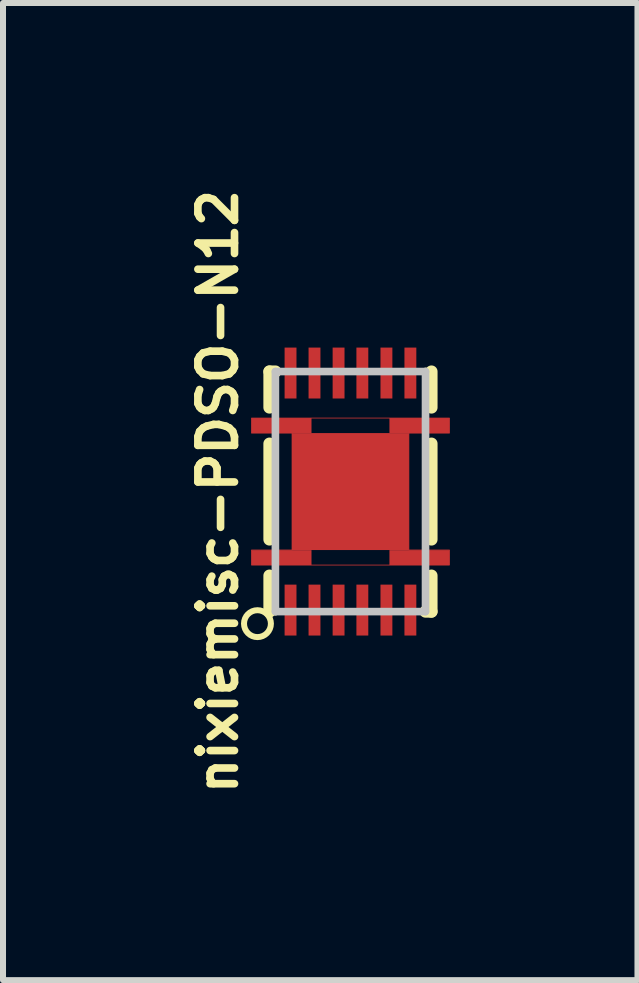
<source format=kicad_pcb>
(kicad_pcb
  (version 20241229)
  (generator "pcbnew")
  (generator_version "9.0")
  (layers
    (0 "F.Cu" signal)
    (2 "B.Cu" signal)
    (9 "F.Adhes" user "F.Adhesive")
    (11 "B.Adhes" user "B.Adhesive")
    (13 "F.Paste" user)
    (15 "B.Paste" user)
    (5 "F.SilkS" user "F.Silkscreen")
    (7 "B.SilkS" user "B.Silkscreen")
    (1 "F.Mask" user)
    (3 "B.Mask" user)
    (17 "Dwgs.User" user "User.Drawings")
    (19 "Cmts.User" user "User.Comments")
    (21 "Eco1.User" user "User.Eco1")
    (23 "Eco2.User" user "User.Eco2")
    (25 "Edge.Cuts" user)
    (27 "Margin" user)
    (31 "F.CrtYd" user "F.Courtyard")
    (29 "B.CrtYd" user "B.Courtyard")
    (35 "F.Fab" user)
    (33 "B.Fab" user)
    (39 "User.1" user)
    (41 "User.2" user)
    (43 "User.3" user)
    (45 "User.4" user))
  (footprint "nixiemisc-PDSO-N12"
    (layer "F.Cu")
    (at 2.787 5.137)
    (property "Reference" "nixiemisc-PDSO-N12" (at -2.207 0 90) (unlocked yes) (layer "F.SilkS") (effects (font (size 0.61 0.61) (thickness 0.127))))
    (attr smd)
    (fp_poly (pts (xy 1.648 -1.224) (xy -1.648 -1.224) (xy -1.648 -0.973) (xy -0.973 -0.973) (xy -0.973 0.973) (xy -1.648 0.973) (xy -1.648 1.224) (xy 1.648 1.224) (xy 1.648 0.973) (xy 0.973 0.973) (xy 0.973 -0.973) (xy 1.648 -0.973) (xy 1.648 -1.224)) (stroke (width 0.013) (type solid)) (fill no) (layer "F.Cu"))
    (fp_line (start -1.748 -1.323) (end 1.748 -1.323) (stroke (width 0.066) (type solid)) (layer "F.Mask"))
    (fp_line (start -1.748 -0.874) (end -1.748 -1.323) (stroke (width 0.066) (type solid)) (layer "F.Mask"))
    (fp_line (start -1.748 -0.874) (end 1.748 -0.874) (stroke (width 0.066) (type solid)) (layer "F.Mask"))
    (fp_line (start -1.748 0.874) (end -1.748 1.323) (stroke (width 0.066) (type solid)) (layer "F.Mask"))
    (fp_line (start 1.748 -0.874) (end 1.748 -1.323) (stroke (width 0.066) (type solid)) (layer "F.Mask"))
    (fp_line (start 1.748 0.874) (end -1.748 0.874) (stroke (width 0.066) (type solid)) (layer "F.Mask"))
    (fp_line (start 1.748 0.874) (end 1.748 1.323) (stroke (width 0.066) (type solid)) (layer "F.Mask"))
    (fp_line (start 1.748 1.323) (end -1.748 1.323) (stroke (width 0.066) (type solid)) (layer "F.Mask"))
    (fp_line (start -1.349 -1.999) (end -1.349 -1.4) (stroke (width 0.203) (type solid)) (layer "F.SilkS"))
    (fp_line (start -1.349 -1.999) (end -1.25 -1.999) (stroke (width 0.203) (type solid)) (layer "F.SilkS"))
    (fp_line (start -1.349 -0.798) (end -1.349 0.798) (stroke (width 0.203) (type solid)) (layer "F.SilkS"))
    (fp_line (start -1.349 1.999) (end -1.349 1.4) (stroke (width 0.203) (type solid)) (layer "F.SilkS"))
    (fp_line (start -1.349 1.999) (end -1.25 1.999) (stroke (width 0.127) (type solid)) (layer "F.SilkS"))
    (fp_line (start 1.349 -1.999) (end 1.25 -1.999) (stroke (width 0.127) (type solid)) (layer "F.SilkS"))
    (fp_line (start 1.349 -1.999) (end 1.349 -1.4) (stroke (width 0.203) (type solid)) (layer "F.SilkS"))
    (fp_line (start 1.349 0.798) (end 1.349 -0.798) (stroke (width 0.203) (type solid)) (layer "F.SilkS"))
    (fp_line (start 1.349 1.999) (end 1.25 1.999) (stroke (width 0.203) (type solid)) (layer "F.SilkS"))
    (fp_line (start 1.349 1.999) (end 1.349 1.4) (stroke (width 0.203) (type solid)) (layer "F.SilkS"))
    (fp_circle (center -1.549 2.2) (end -1.549 1.976) (stroke (width 0.1) (type solid)) (fill no) (layer "F.SilkS"))
    (fp_line (start -1.623 -1.224) (end -1.1 -1.224) (stroke (width 0.066) (type solid)) (layer "F.Paste"))
    (fp_line (start -1.623 -0.973) (end -1.623 -1.224) (stroke (width 0.066) (type solid)) (layer "F.Paste"))
    (fp_line (start -1.623 -0.973) (end -1.1 -0.973) (stroke (width 0.066) (type solid)) (layer "F.Paste"))
    (fp_line (start -1.623 0.973) (end -1.1 0.973) (stroke (width 0.066) (type solid)) (layer "F.Paste"))
    (fp_line (start -1.623 1.224) (end -1.623 0.973) (stroke (width 0.066) (type solid)) (layer "F.Paste"))
    (fp_line (start -1.623 1.224) (end -1.1 1.224) (stroke (width 0.066) (type solid)) (layer "F.Paste"))
    (fp_line (start -1.1 -2.375) (end -0.899 -2.375) (stroke (width 0.066) (type solid)) (layer "F.Paste"))
    (fp_line (start -1.1 -1.575) (end -1.1 -2.375) (stroke (width 0.066) (type solid)) (layer "F.Paste"))
    (fp_line (start -1.1 -1.575) (end -0.899 -1.575) (stroke (width 0.066) (type solid)) (layer "F.Paste"))
    (fp_line (start -1.1 -0.973) (end -1.1 -1.224) (stroke (width 0.066) (type solid)) (layer "F.Paste"))
    (fp_line (start -1.1 1.224) (end -1.1 0.973) (stroke (width 0.066) (type solid)) (layer "F.Paste"))
    (fp_line (start -1.1 1.575) (end -1.1 2.375) (stroke (width 0.066) (type solid)) (layer "F.Paste"))
    (fp_line (start -0.899 -1.575) (end -0.899 -2.375) (stroke (width 0.066) (type solid)) (layer "F.Paste"))
    (fp_line (start -0.899 -1.1) (end -0.099 -1.1) (stroke (width 0.066) (type solid)) (layer "F.Paste"))
    (fp_line (start -0.899 -0.099) (end -0.899 -1.1) (stroke (width 0.066) (type solid)) (layer "F.Paste"))
    (fp_line (start -0.899 -0.099) (end -0.099 -0.099) (stroke (width 0.066) (type solid)) (layer "F.Paste"))
    (fp_line (start -0.899 0.099) (end -0.099 0.099) (stroke (width 0.066) (type solid)) (layer "F.Paste"))
    (fp_line (start -0.899 1.1) (end -0.899 0.099) (stroke (width 0.066) (type solid)) (layer "F.Paste"))
    (fp_line (start -0.899 1.1) (end -0.099 1.1) (stroke (width 0.066) (type solid)) (layer "F.Paste"))
    (fp_line (start -0.899 1.575) (end -1.1 1.575) (stroke (width 0.066) (type solid)) (layer "F.Paste"))
    (fp_line (start -0.899 1.575) (end -0.899 2.375) (stroke (width 0.066) (type solid)) (layer "F.Paste"))
    (fp_line (start -0.899 2.375) (end -1.1 2.375) (stroke (width 0.066) (type solid)) (layer "F.Paste"))
    (fp_line (start -0.699 -2.375) (end -0.498 -2.375) (stroke (width 0.066) (type solid)) (layer "F.Paste"))
    (fp_line (start -0.699 -1.575) (end -0.699 -2.375) (stroke (width 0.066) (type solid)) (layer "F.Paste"))
    (fp_line (start -0.699 -1.575) (end -0.498 -1.575) (stroke (width 0.066) (type solid)) (layer "F.Paste"))
    (fp_line (start -0.699 1.575) (end -0.699 2.375) (stroke (width 0.066) (type solid)) (layer "F.Paste"))
    (fp_line (start -0.498 -1.575) (end -0.498 -2.375) (stroke (width 0.066) (type solid)) (layer "F.Paste"))
    (fp_line (start -0.498 1.575) (end -0.699 1.575) (stroke (width 0.066) (type solid)) (layer "F.Paste"))
    (fp_line (start -0.498 1.575) (end -0.498 2.375) (stroke (width 0.066) (type solid)) (layer "F.Paste"))
    (fp_line (start -0.498 2.375) (end -0.699 2.375) (stroke (width 0.066) (type solid)) (layer "F.Paste"))
    (fp_line (start -0.3 -2.375) (end -0.099 -2.375) (stroke (width 0.066) (type solid)) (layer "F.Paste"))
    (fp_line (start -0.3 -1.575) (end -0.3 -2.375) (stroke (width 0.066) (type solid)) (layer "F.Paste"))
    (fp_line (start -0.3 -1.575) (end -0.099 -1.575) (stroke (width 0.066) (type solid)) (layer "F.Paste"))
    (fp_line (start -0.3 1.575) (end -0.3 2.375) (stroke (width 0.066) (type solid)) (layer "F.Paste"))
    (fp_line (start -0.099 -1.575) (end -0.099 -2.375) (stroke (width 0.066) (type solid)) (layer "F.Paste"))
    (fp_line (start -0.099 -0.099) (end -0.099 -1.1) (stroke (width 0.066) (type solid)) (layer "F.Paste"))
    (fp_line (start -0.099 1.1) (end -0.099 0.099) (stroke (width 0.066) (type solid)) (layer "F.Paste"))
    (fp_line (start -0.099 1.575) (end -0.3 1.575) (stroke (width 0.066) (type solid)) (layer "F.Paste"))
    (fp_line (start -0.099 1.575) (end -0.099 2.375) (stroke (width 0.066) (type solid)) (layer "F.Paste"))
    (fp_line (start -0.099 2.375) (end -0.3 2.375) (stroke (width 0.066) (type solid)) (layer "F.Paste"))
    (fp_line (start 0.099 -2.375) (end 0.3 -2.375) (stroke (width 0.066) (type solid)) (layer "F.Paste"))
    (fp_line (start 0.099 -1.575) (end 0.099 -2.375) (stroke (width 0.066) (type solid)) (layer "F.Paste"))
    (fp_line (start 0.099 -1.575) (end 0.3 -1.575) (stroke (width 0.066) (type solid)) (layer "F.Paste"))
    (fp_line (start 0.099 -1.1) (end 0.099 -0.099) (stroke (width 0.066) (type solid)) (layer "F.Paste"))
    (fp_line (start 0.099 0.099) (end 0.099 1.1) (stroke (width 0.066) (type solid)) (layer "F.Paste"))
    (fp_line (start 0.099 1.575) (end 0.099 2.375) (stroke (width 0.066) (type solid)) (layer "F.Paste"))
    (fp_line (start 0.3 -1.575) (end 0.3 -2.375) (stroke (width 0.066) (type solid)) (layer "F.Paste"))
    (fp_line (start 0.3 1.575) (end 0.099 1.575) (stroke (width 0.066) (type solid)) (layer "F.Paste"))
    (fp_line (start 0.3 1.575) (end 0.3 2.375) (stroke (width 0.066) (type solid)) (layer "F.Paste"))
    (fp_line (start 0.3 2.375) (end 0.099 2.375) (stroke (width 0.066) (type solid)) (layer "F.Paste"))
    (fp_line (start 0.498 -2.375) (end 0.699 -2.375) (stroke (width 0.066) (type solid)) (layer "F.Paste"))
    (fp_line (start 0.498 -2.375) (end 0.699 -2.375) (stroke (width 0.066) (type solid)) (layer "F.Paste"))
    (fp_line (start 0.498 -1.575) (end 0.498 -2.375) (stroke (width 0.066) (type solid)) (layer "F.Paste"))
    (fp_line (start 0.498 -1.575) (end 0.498 -2.375) (stroke (width 0.066) (type solid)) (layer "F.Paste"))
    (fp_line (start 0.498 -1.575) (end 0.699 -1.575) (stroke (width 0.066) (type solid)) (layer "F.Paste"))
    (fp_line (start 0.498 -1.575) (end 0.699 -1.575) (stroke (width 0.066) (type solid)) (layer "F.Paste"))
    (fp_line (start 0.498 1.575) (end 0.498 2.375) (stroke (width 0.066) (type solid)) (layer "F.Paste"))
    (fp_line (start 0.699 -1.575) (end 0.699 -2.375) (stroke (width 0.066) (type solid)) (layer "F.Paste"))
    (fp_line (start 0.699 -1.575) (end 0.699 -2.375) (stroke (width 0.066) (type solid)) (layer "F.Paste"))
    (fp_line (start 0.699 1.575) (end 0.498 1.575) (stroke (width 0.066) (type solid)) (layer "F.Paste"))
    (fp_line (start 0.699 1.575) (end 0.699 2.375) (stroke (width 0.066) (type solid)) (layer "F.Paste"))
    (fp_line (start 0.699 2.375) (end 0.498 2.375) (stroke (width 0.066) (type solid)) (layer "F.Paste"))
    (fp_line (start 0.899 -2.375) (end 1.1 -2.375) (stroke (width 0.066) (type solid)) (layer "F.Paste"))
    (fp_line (start 0.899 -1.575) (end 0.899 -2.375) (stroke (width 0.066) (type solid)) (layer "F.Paste"))
    (fp_line (start 0.899 -1.575) (end 1.1 -1.575) (stroke (width 0.066) (type solid)) (layer "F.Paste"))
    (fp_line (start 0.899 -1.1) (end 0.099 -1.1) (stroke (width 0.066) (type solid)) (layer "F.Paste"))
    (fp_line (start 0.899 -1.1) (end 0.899 -0.099) (stroke (width 0.066) (type solid)) (layer "F.Paste"))
    (fp_line (start 0.899 -0.099) (end 0.099 -0.099) (stroke (width 0.066) (type solid)) (layer "F.Paste"))
    (fp_line (start 0.899 0.099) (end 0.099 0.099) (stroke (width 0.066) (type solid)) (layer "F.Paste"))
    (fp_line (start 0.899 0.099) (end 0.899 1.1) (stroke (width 0.066) (type solid)) (layer "F.Paste"))
    (fp_line (start 0.899 1.1) (end 0.099 1.1) (stroke (width 0.066) (type solid)) (layer "F.Paste"))
    (fp_line (start 0.899 1.575) (end 0.899 2.375) (stroke (width 0.066) (type solid)) (layer "F.Paste"))
    (fp_line (start 1.1 -1.575) (end 1.1 -2.375) (stroke (width 0.066) (type solid)) (layer "F.Paste"))
    (fp_line (start 1.1 -1.224) (end 1.1 -0.973) (stroke (width 0.066) (type solid)) (layer "F.Paste"))
    (fp_line (start 1.1 0.973) (end 1.1 1.224) (stroke (width 0.066) (type solid)) (layer "F.Paste"))
    (fp_line (start 1.1 1.575) (end 0.899 1.575) (stroke (width 0.066) (type solid)) (layer "F.Paste"))
    (fp_line (start 1.1 1.575) (end 1.1 2.375) (stroke (width 0.066) (type solid)) (layer "F.Paste"))
    (fp_line (start 1.1 2.375) (end 0.899 2.375) (stroke (width 0.066) (type solid)) (layer "F.Paste"))
    (fp_line (start 1.623 -1.224) (end 1.1 -1.224) (stroke (width 0.066) (type solid)) (layer "F.Paste"))
    (fp_line (start 1.623 -1.224) (end 1.623 -0.973) (stroke (width 0.066) (type solid)) (layer "F.Paste"))
    (fp_line (start 1.623 -0.973) (end 1.1 -0.973) (stroke (width 0.066) (type solid)) (layer "F.Paste"))
    (fp_line (start 1.623 0.973) (end 1.1 0.973) (stroke (width 0.066) (type solid)) (layer "F.Paste"))
    (fp_line (start 1.623 0.973) (end 1.623 1.224) (stroke (width 0.066) (type solid)) (layer "F.Paste"))
    (fp_line (start 1.623 1.224) (end 1.1 1.224) (stroke (width 0.066) (type solid)) (layer "F.Paste"))
    (fp_line (start -1.25 -1.999) (end -1.25 1.999) (stroke (width 0.127) (type solid)) (layer "Dwgs.User"))
    (fp_line (start -1.25 1.999) (end 1.25 1.999) (stroke (width 0.127) (type solid)) (layer "Dwgs.User"))
    (fp_line (start 1.25 -1.999) (end -1.25 -1.999) (stroke (width 0.127) (type solid)) (layer "Dwgs.User"))
    (fp_line (start 1.25 1.999) (end 1.25 -1.999) (stroke (width 0.127) (type solid)) (layer "Dwgs.User"))
    (pad "1" smd rect (at -0.998 1.974) (size 0.198 0.848) (layers "F.Cu" "F.Mask" "F.Paste"))
    (pad "2" smd rect (at -0.599 1.974) (size 0.198 0.848) (layers "F.Cu" "F.Mask" "F.Paste"))
    (pad "3" smd rect (at -0.198 1.974) (size 0.198 0.848) (layers "F.Cu" "F.Mask" "F.Paste"))
    (pad "4" smd rect (at 0.198 1.974) (size 0.198 0.848) (layers "F.Cu" "F.Mask" "F.Paste"))
    (pad "5" smd rect (at 0.599 1.974) (size 0.198 0.848) (layers "F.Cu" "F.Mask" "F.Paste"))
    (pad "6" smd rect (at 0.998 1.974) (size 0.198 0.848) (layers "F.Cu" "F.Mask" "F.Paste"))
    (pad "7" smd rect (at 0.998 -1.974 180) (size 0.198 0.848) (layers "F.Cu" "F.Mask" "F.Paste"))
    (pad "8" smd rect (at 0.599 -1.974 180) (size 0.198 0.848) (layers "F.Cu" "F.Mask" "F.Paste"))
    (pad "9" smd rect (at 0.198 -1.974 180) (size 0.198 0.848) (layers "F.Cu" "F.Mask" "F.Paste"))
    (pad "10" smd rect (at -0.198 -1.974 180) (size 0.198 0.848) (layers "F.Cu" "F.Mask" "F.Paste"))
    (pad "11" smd rect (at -0.599 -1.974 180) (size 0.198 0.848) (layers "F.Cu" "F.Mask" "F.Paste"))
    (pad "12" smd rect (at -0.998 -1.974 180) (size 0.198 0.848) (layers "F.Cu" "F.Mask" "F.Paste"))
    (pad "EP" smd rect (at 0 0) (size 1.948 1.948) (layers "F.Cu" "F.Mask" "F.Paste"))
    (pad "EP1" smd rect (at -1.148 -1.1) (size 0.998 0.249) (layers "F.Cu" "F.Mask" "F.Paste"))
    (pad "EP2" smd rect (at -1.148 1.1) (size 0.998 0.249) (layers "F.Cu" "F.Mask" "F.Paste"))
    (pad "EP3" smd rect (at 1.148 1.1 180) (size 0.998 0.249) (layers "F.Cu" "F.Mask" "F.Paste"))
    (pad "EP4" smd rect (at 1.148 -1.1 180) (size 0.998 0.249) (layers "F.Cu" "F.Mask" "F.Paste")))
  (gr_rect
    (start -3 -3)
    (end 7.567 13.274)
    (stroke (width 0.1) (type default))
    (fill no)
    (layer "Edge.Cuts")))
</source>
